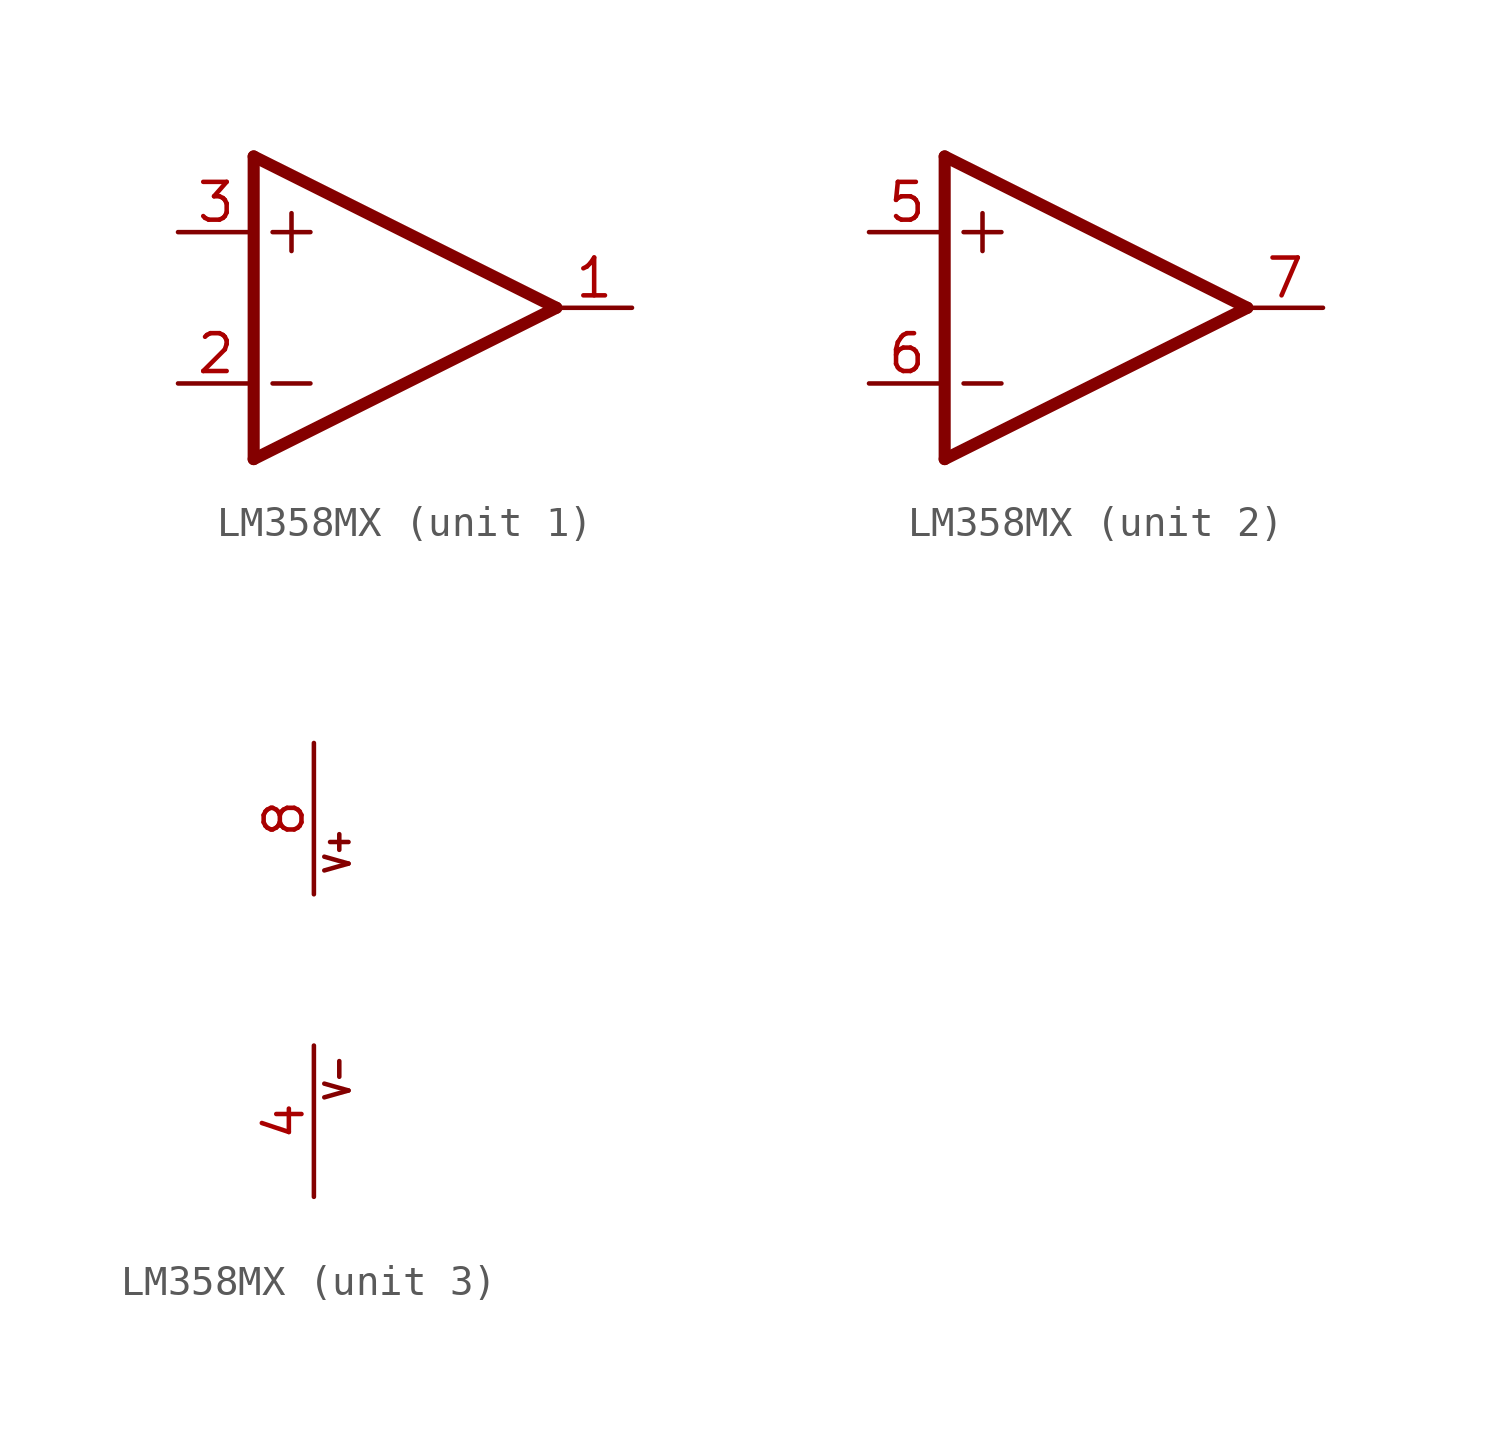
<source format=kicad_sym>
(kicad_symbol_lib
  (version 20211014)
  (generator kicad_symbol_editor)
  (symbol "LM358MX"
    (property "Reference" "IC"
      (at 2.54 3.175 0)
      (effects (font (size 1.778 1.511)) (justify left bottom) hide))
    (property "ki_locked" ""
      (at 0 0 0)
      (effects (font (size 1.27 1.27))))
    (symbol "LM358MX_1_0"
      (polyline (pts (xy -5.08 -5.08) (xy 5.08 0)) (stroke (width 0.406) (type default) (color 0 0 0 0)) (fill (type none)))
      (polyline (pts (xy -5.08 5.08) (xy -5.08 -5.08)) (stroke (width 0.406) (type default) (color 0 0 0 0)) (fill (type none)))
      (polyline (pts (xy -4.445 -2.54) (xy -3.175 -2.54)) (stroke (width 0.152) (type default) (color 0 0 0 0)) (fill (type none)))
      (polyline (pts (xy -4.445 2.54) (xy -3.175 2.54)) (stroke (width 0.152) (type default) (color 0 0 0 0)) (fill (type none)))
      (polyline (pts (xy -3.81 3.175) (xy -3.81 1.905)) (stroke (width 0.152) (type default) (color 0 0 0 0)) (fill (type none)))
      (polyline (pts (xy 5.08 0) (xy -5.08 5.08)) (stroke (width 0.406) (type default) (color 0 0 0 0)) (fill (type none)))
      (pin output line (at 7.62 0 180) (length 2.54) (name "OUT" (effects (font (size 0 0)))) (number "1" (effects (font (size 1.27 1.27)))))
      (pin input line (at -7.62 -2.54 0) (length 2.54) (name "-IN" (effects (font (size 0 0)))) (number "2" (effects (font (size 1.27 1.27)))))
      (pin input line (at -7.62 2.54 0) (length 2.54) (name "+IN" (effects (font (size 0 0)))) (number "3" (effects (font (size 1.27 1.27))))))
    (symbol "LM358MX_2_0"
      (polyline (pts (xy -5.08 -5.08) (xy 5.08 0)) (stroke (width 0.406) (type default) (color 0 0 0 0)) (fill (type none)))
      (polyline (pts (xy -5.08 5.08) (xy -5.08 -5.08)) (stroke (width 0.406) (type default) (color 0 0 0 0)) (fill (type none)))
      (polyline (pts (xy -4.445 -2.54) (xy -3.175 -2.54)) (stroke (width 0.152) (type default) (color 0 0 0 0)) (fill (type none)))
      (polyline (pts (xy -4.445 2.54) (xy -3.175 2.54)) (stroke (width 0.152) (type default) (color 0 0 0 0)) (fill (type none)))
      (polyline (pts (xy -3.81 3.175) (xy -3.81 1.905)) (stroke (width 0.152) (type default) (color 0 0 0 0)) (fill (type none)))
      (polyline (pts (xy 5.08 0) (xy -5.08 5.08)) (stroke (width 0.406) (type default) (color 0 0 0 0)) (fill (type none)))
      (pin input line (at -7.62 2.54 0) (length 2.54) (name "+IN" (effects (font (size 0 0)))) (number "5" (effects (font (size 1.27 1.27)))))
      (pin input line (at -7.62 -2.54 0) (length 2.54) (name "-IN" (effects (font (size 0 0)))) (number "6" (effects (font (size 1.27 1.27)))))
      (pin output line (at 7.62 0 180) (length 2.54) (name "OUT" (effects (font (size 0 0)))) (number "7" (effects (font (size 1.27 1.27))))))
    (symbol "LM358MX_3_0"
      (text "V+" (at 1.27 3.175 900) (effects (font (size 0.813 0.691)) (justify left bottom)))
      (text "V-" (at 1.27 -4.445 900) (effects (font (size 0.813 0.691)) (justify left bottom)))
      (pin power_in line (at 0 -7.62 90) (length 5.08) (name "V-" (effects (font (size 0 0)))) (number "4" (effects (font (size 1.27 1.27)))))
      (pin power_in line (at 0 7.62 270) (length 5.08) (name "V+" (effects (font (size 0 0)))) (number "8" (effects (font (size 1.27 1.27))))))))
</source>
